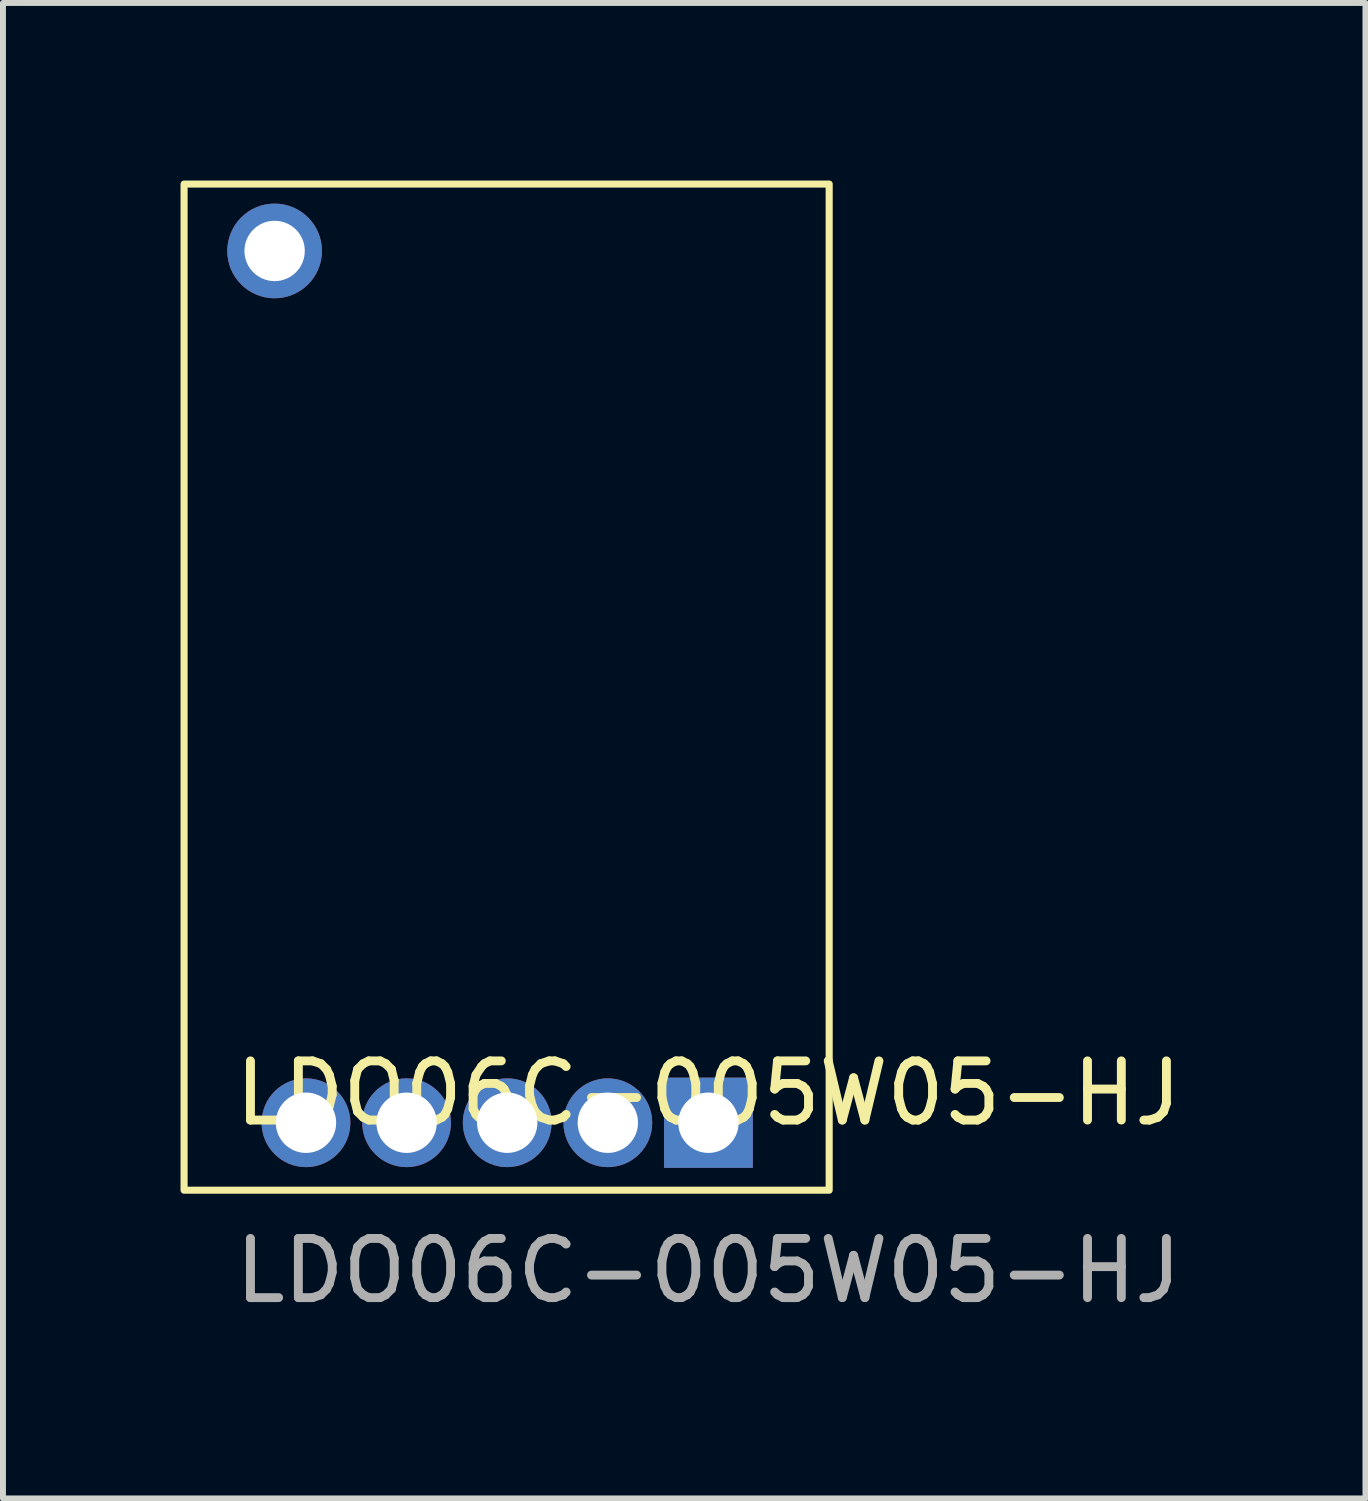
<source format=kicad_pcb>
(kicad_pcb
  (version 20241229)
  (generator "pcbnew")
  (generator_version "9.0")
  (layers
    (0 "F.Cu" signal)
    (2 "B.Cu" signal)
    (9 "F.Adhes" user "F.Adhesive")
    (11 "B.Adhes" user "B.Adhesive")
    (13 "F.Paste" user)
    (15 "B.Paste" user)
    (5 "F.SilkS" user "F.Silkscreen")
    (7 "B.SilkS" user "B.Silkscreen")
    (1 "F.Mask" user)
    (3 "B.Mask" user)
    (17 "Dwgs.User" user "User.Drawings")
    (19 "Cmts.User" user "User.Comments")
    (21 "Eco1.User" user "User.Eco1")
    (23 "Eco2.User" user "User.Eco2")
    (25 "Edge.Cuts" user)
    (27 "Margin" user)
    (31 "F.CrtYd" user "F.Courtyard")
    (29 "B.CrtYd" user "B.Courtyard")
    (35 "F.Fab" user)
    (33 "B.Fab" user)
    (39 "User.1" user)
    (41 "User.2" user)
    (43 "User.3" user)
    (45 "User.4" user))
  (footprint "LDO06C-005W05-HJ"
    (layer "F.Cu")
    (at 8.92 15.92)
    (property "Reference" "LDO06C-005W05-HJ" (at 0 -0.5 0) (unlocked yes) (layer "F.SilkS") (effects (font (size 1 1) (thickness 0.15))))
    (attr through_hole)
    (fp_rect (start -8.86 -15.86) (end 2.04 1.14) (stroke (width 0.12) (type default)) (fill no) (layer "F.SilkS"))
    (fp_text user "${REFERENCE}" (at 0 2.5 0) (unlocked yes) (layer "F.Fab") (effects (font (size 1 1) (thickness 0.15))))
    (pad "1" thru_hole rect (at 0 0) (size 1.5 1.524) (drill 1.02) (layers "*.Cu" "*.Mask"))
    (pad "2" thru_hole circle (at -1.7 0) (size 1.5 1.5) (drill 1.02) (layers "*.Cu" "*.Mask"))
    (pad "3" thru_hole circle (at -3.4 0) (size 1.5 1.5) (drill 1.02) (layers "*.Cu" "*.Mask"))
    (pad "4" thru_hole circle (at -5.1 0) (size 1.5 1.5) (drill 1.02) (layers "*.Cu" "*.Mask"))
    (pad "5" thru_hole circle (at -6.8 0) (size 1.5 1.5) (drill 1.02) (layers "*.Cu" "*.Mask"))
    (pad "6" thru_hole circle (at -7.33 -14.73) (size 1.6 1.6) (drill 1.02) (layers "*.Cu" "*.Mask")))
  (gr_rect
    (start -3 -3)
    (end 20.021 22.268)
    (stroke (width 0.1) (type default))
    (fill no)
    (layer "Edge.Cuts")))
</source>
